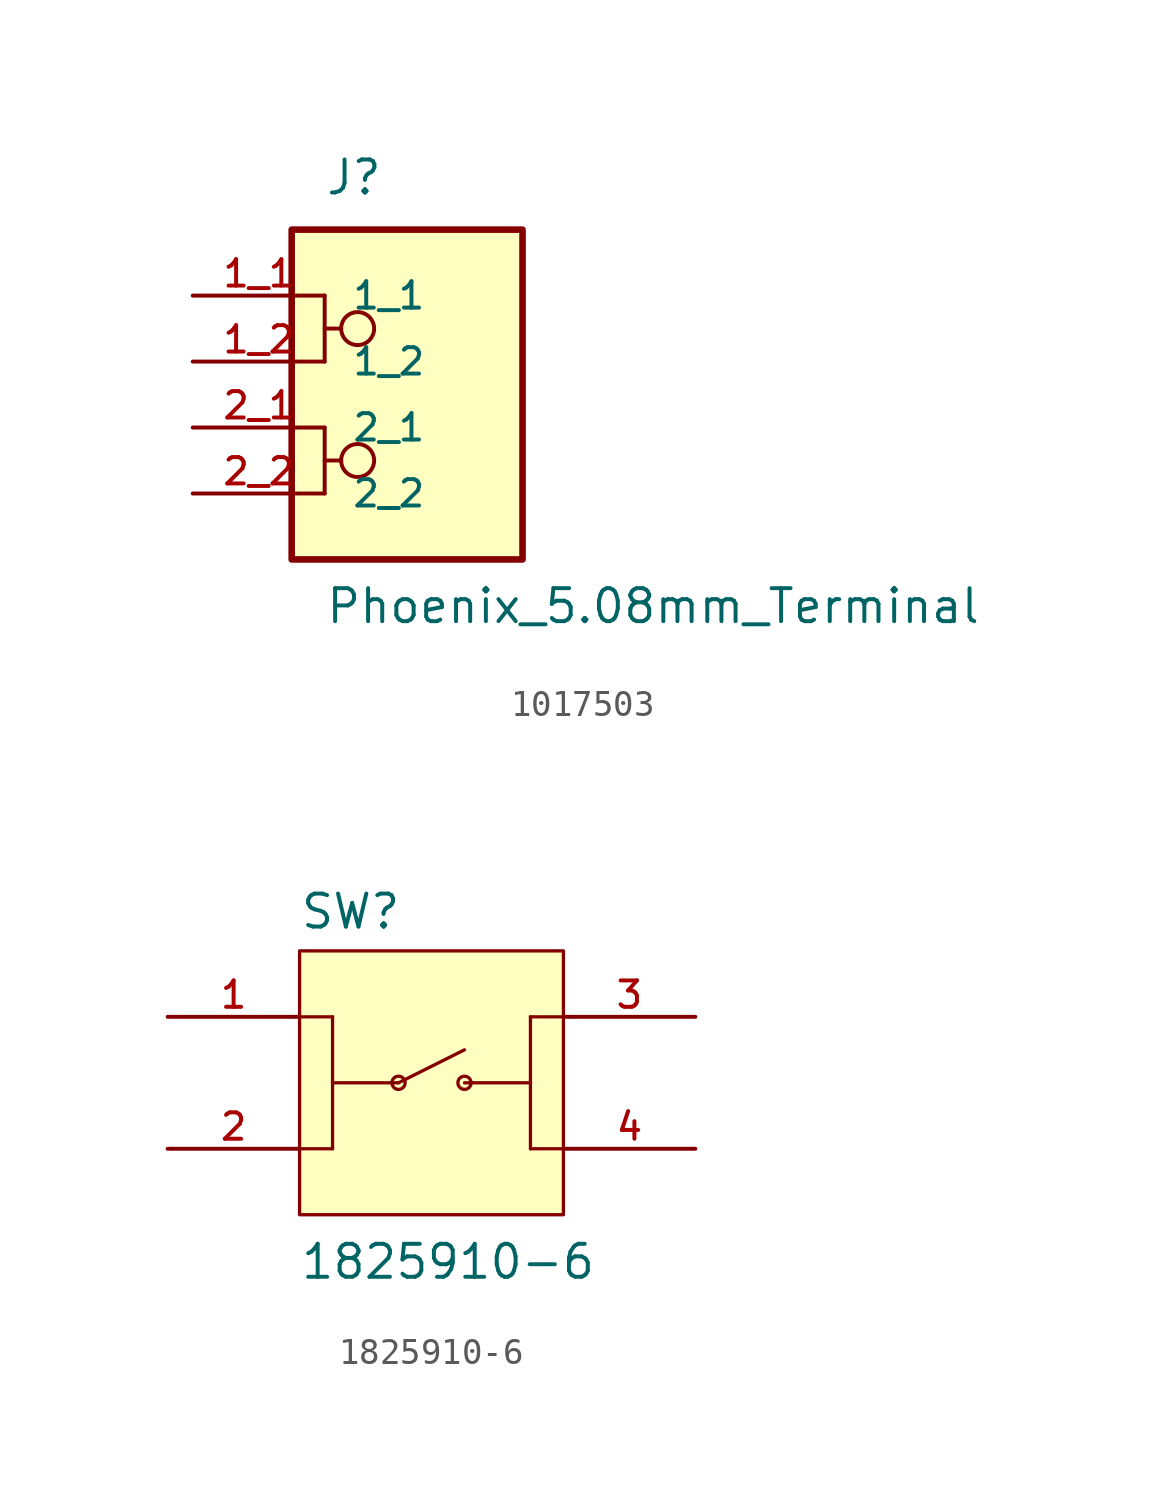
<source format=kicad_sym>
(kicad_symbol_lib
  (version 20231120)
  (generator "kicad_symbol_editor")
  (generator_version "8.0")
  (symbol "1017503"
    (pin_names
      (offset 1.016))
    (property "Reference" "J"
      (at -2.54 6.35 0)
      (effects (font (size 1.27 1.27)) (justify left bottom)))
    (property "Value" "Phoenix_5.08mm_Terminal"
      (at -2.54 -10.16 0)
      (effects (font (size 1.27 1.27)) (justify left bottom)))
    (symbol "1017503_0_0"
      (rectangle (start -3.81 -7.62) (end 5.08 5.08) (stroke (width 0.254) (type default)) (fill (type background)))
      (circle (center -1.27 -3.81) (radius 0.635) (stroke (width 0.152) (type default)) (fill (type none)))
      (circle (center -1.27 1.27) (radius 0.635) (stroke (width 0.152) (type default)) (fill (type none)))
      (polyline (pts (xy -2.54 -3.81) (xy -1.905 -3.81)) (stroke (width 0.152) (type default)) (fill (type none)))
      (polyline (pts (xy -2.54 -2.54) (xy -2.54 -5.08)) (stroke (width 0.152) (type default)) (fill (type none)))
      (polyline (pts (xy -2.54 1.27) (xy -1.905 1.27)) (stroke (width 0.152) (type default)) (fill (type none)))
      (polyline (pts (xy -2.54 2.54) (xy -2.54 0)) (stroke (width 0.152) (type default)) (fill (type none)))
      (pin passive line (at -7.62 2.54 0) (length 5.08) (name "1_1" (effects (font (size 1.016 1.016)))) (number "1_1" (effects (font (size 1.016 1.016)))))
      (pin passive line (at -7.62 0 0) (length 5.08) (name "1_2" (effects (font (size 1.016 1.016)))) (number "1_2" (effects (font (size 1.016 1.016)))))
      (pin passive line (at -7.62 -2.54 0) (length 5.08) (name "2_1" (effects (font (size 1.016 1.016)))) (number "2_1" (effects (font (size 1.016 1.016)))))
      (pin passive line (at -7.62 -5.08 0) (length 5.08) (name "2_2" (effects (font (size 1.016 1.016)))) (number "2_2" (effects (font (size 1.016 1.016)))))))
  (symbol "1825910-6"
    (pin_names
      (offset 1.016))
    (property "Reference" "SW"
      (at -5.09 5.853 0)
      (effects (font (size 1.27 1.27)) (justify left bottom)))
    (property "Value" "1825910-6"
      (at -5.088 -7.633 0)
      (effects (font (size 1.27 1.27)) (justify left bottom)))
    (symbol "1825910-6_0_0"
      (rectangle (start -5.08 -5.08) (end 5.08 5.08) (stroke (width 0.127) (type default)) (fill (type background)))
      (circle (center -1.27 0) (radius 0.254) (stroke (width 0.127) (type default)) (fill (type none)))
      (polyline (pts (xy -5.08 2.54) (xy -3.81 2.54)) (stroke (width 0.127) (type default)) (fill (type none)))
      (polyline (pts (xy -3.81 -2.54) (xy -5.08 -2.54)) (stroke (width 0.127) (type default)) (fill (type none)))
      (polyline (pts (xy -3.81 0) (xy -3.81 -2.54)) (stroke (width 0.127) (type default)) (fill (type none)))
      (polyline (pts (xy -3.81 0) (xy -1.27 0)) (stroke (width 0.127) (type default)) (fill (type none)))
      (polyline (pts (xy -3.81 2.54) (xy -3.81 0)) (stroke (width 0.127) (type default)) (fill (type none)))
      (polyline (pts (xy -1.27 0) (xy 1.27 1.27)) (stroke (width 0.127) (type default)) (fill (type none)))
      (polyline (pts (xy 1.27 0) (xy 3.81 0)) (stroke (width 0.127) (type default)) (fill (type none)))
      (polyline (pts (xy 3.81 -2.54) (xy 5.08 -2.54)) (stroke (width 0.127) (type default)) (fill (type none)))
      (polyline (pts (xy 3.81 0) (xy 3.81 -2.54)) (stroke (width 0.127) (type default)) (fill (type none)))
      (polyline (pts (xy 3.81 0) (xy 3.81 2.54)) (stroke (width 0.127) (type default)) (fill (type none)))
      (polyline (pts (xy 3.81 2.54) (xy 5.08 2.54)) (stroke (width 0.127) (type default)) (fill (type none)))
      (circle (center 1.27 0) (radius 0.254) (stroke (width 0.127) (type default)) (fill (type none)))
      (pin passive line (at -10.16 2.54 0) (length 5.08) (name "~" (effects (font (size 1.016 1.016)))) (number "1" (effects (font (size 1.016 1.016)))))
      (pin passive line (at -10.16 -2.54 0) (length 5.08) (name "~" (effects (font (size 1.016 1.016)))) (number "2" (effects (font (size 1.016 1.016)))))
      (pin passive line (at 10.16 2.54 180) (length 5.08) (name "~" (effects (font (size 1.016 1.016)))) (number "3" (effects (font (size 1.016 1.016)))))
      (pin passive line (at 10.16 -2.54 180) (length 5.08) (name "~" (effects (font (size 1.016 1.016)))) (number "4" (effects (font (size 1.016 1.016))))))))
</source>
